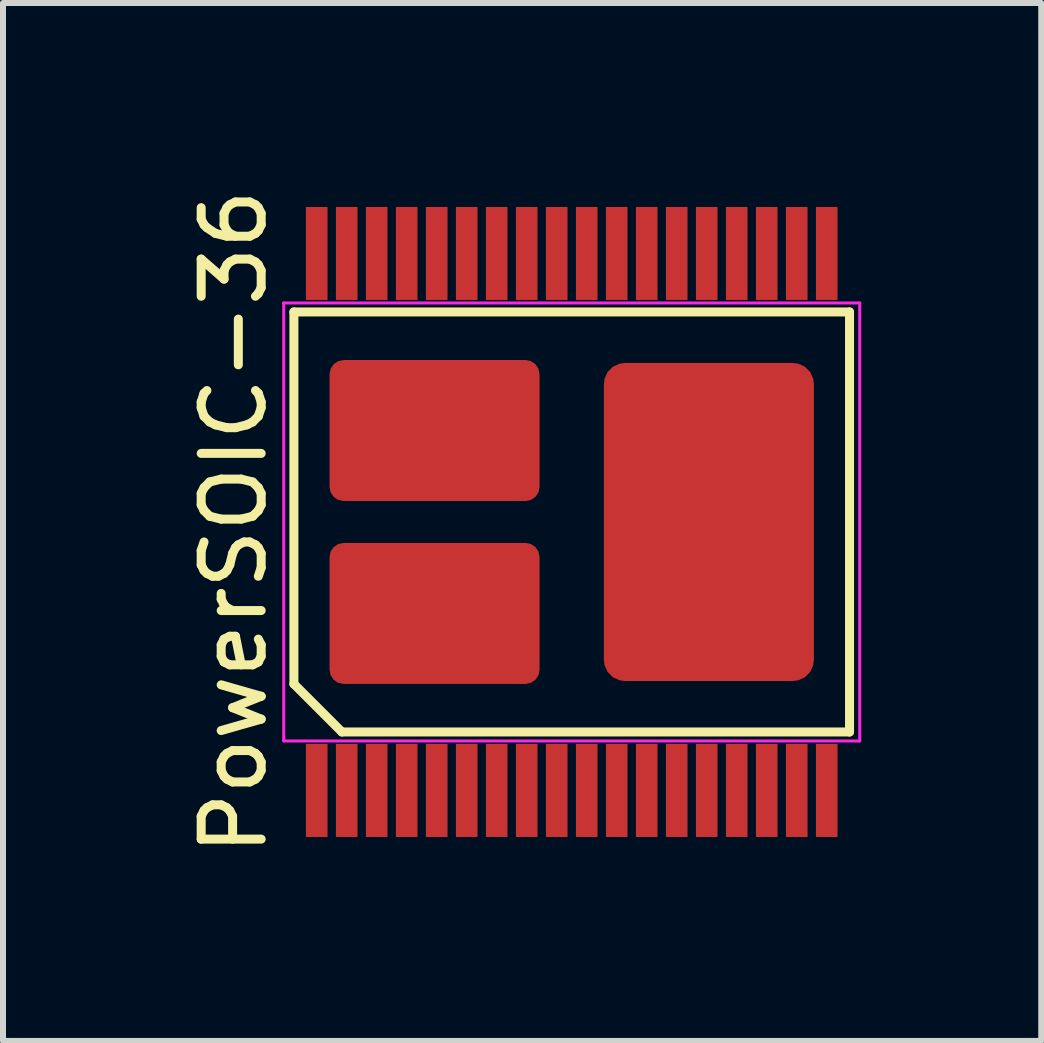
<source format=kicad_pcb>
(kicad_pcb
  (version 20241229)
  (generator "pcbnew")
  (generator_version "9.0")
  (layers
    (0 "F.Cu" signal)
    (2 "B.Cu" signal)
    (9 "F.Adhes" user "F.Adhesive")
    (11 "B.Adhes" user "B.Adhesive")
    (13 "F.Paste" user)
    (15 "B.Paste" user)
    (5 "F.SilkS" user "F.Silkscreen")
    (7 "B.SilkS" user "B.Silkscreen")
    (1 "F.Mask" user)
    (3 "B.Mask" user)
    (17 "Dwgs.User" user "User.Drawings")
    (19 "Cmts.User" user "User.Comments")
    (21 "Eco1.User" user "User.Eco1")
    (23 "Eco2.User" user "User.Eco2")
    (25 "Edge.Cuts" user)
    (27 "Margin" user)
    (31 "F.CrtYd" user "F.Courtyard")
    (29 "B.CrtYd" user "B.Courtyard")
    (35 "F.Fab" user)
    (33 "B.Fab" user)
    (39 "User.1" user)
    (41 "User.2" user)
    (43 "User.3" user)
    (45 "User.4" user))
  (footprint "PowerSOIC-36"
    (layer "F.Cu")
    (at 6.478 5.649)
    (property "Reference" "PowerSOIC-36" (at -5.63 0 90) (layer "F.SilkS") (effects (font (size 1 1) (thickness 0.15))))
    (attr smd)
    (fp_line (start -4.63 -3.5) (end 4.63 -3.5) (stroke (width 0.15) (type solid)) (layer "F.SilkS"))
    (fp_line (start -4.63 2.7) (end -4.63 -3.5) (stroke (width 0.15) (type solid)) (layer "F.SilkS"))
    (fp_line (start -3.83 3.5) (end -4.63 2.7) (stroke (width 0.15) (type solid)) (layer "F.SilkS"))
    (fp_line (start 4.63 -3.5) (end 4.63 3.5) (stroke (width 0.15) (type solid)) (layer "F.SilkS"))
    (fp_line (start 4.63 3.5) (end -3.83 3.5) (stroke (width 0.15) (type solid)) (layer "F.SilkS"))
    (fp_line (start -4.8 -3.65) (end 4.8 -3.65) (stroke (width 0.05) (type solid)) (layer "F.CrtYd"))
    (fp_line (start -4.8 3.65) (end -4.8 -3.65) (stroke (width 0.05) (type solid)) (layer "F.CrtYd"))
    (fp_line (start 4.8 -3.65) (end 4.8 3.65) (stroke (width 0.05) (type solid)) (layer "F.CrtYd"))
    (fp_line (start 4.8 3.65) (end -4.8 3.65) (stroke (width 0.05) (type solid)) (layer "F.CrtYd"))
    (pad "1" smd rect (at -4.25 4.475) (size 0.36 1.55) (layers "F.Cu" "F.Mask" "F.Paste"))
    (pad "2" smd rect (at -3.75 4.475) (size 0.36 1.55) (layers "F.Cu" "F.Mask" "F.Paste"))
    (pad "3" smd rect (at -3.25 4.475) (size 0.36 1.55) (layers "F.Cu" "F.Mask" "F.Paste"))
    (pad "4" smd rect (at -2.75 4.475) (size 0.36 1.55) (layers "F.Cu" "F.Mask" "F.Paste"))
    (pad "5" smd rect (at -2.25 4.475) (size 0.36 1.55) (layers "F.Cu" "F.Mask" "F.Paste"))
    (pad "6" smd rect (at -1.75 4.475) (size 0.36 1.55) (layers "F.Cu" "F.Mask" "F.Paste"))
    (pad "7" smd rect (at -1.25 4.475) (size 0.36 1.55) (layers "F.Cu" "F.Mask" "F.Paste"))
    (pad "8" smd rect (at -0.75 4.475) (size 0.36 1.55) (layers "F.Cu" "F.Mask" "F.Paste"))
    (pad "9" smd rect (at -0.25 4.475) (size 0.36 1.55) (layers "F.Cu" "F.Mask" "F.Paste"))
    (pad "10" smd rect (at 0.25 4.475) (size 0.36 1.55) (layers "F.Cu" "F.Mask" "F.Paste"))
    (pad "11" smd rect (at 0.75 4.475) (size 0.36 1.55) (layers "F.Cu" "F.Mask" "F.Paste"))
    (pad "12" smd rect (at 1.25 4.475) (size 0.36 1.55) (layers "F.Cu" "F.Mask" "F.Paste"))
    (pad "13" smd rect (at 1.75 4.475) (size 0.36 1.55) (layers "F.Cu" "F.Mask" "F.Paste"))
    (pad "14" smd rect (at 2.25 4.475) (size 0.36 1.55) (layers "F.Cu" "F.Mask" "F.Paste"))
    (pad "15" smd rect (at 2.75 4.475) (size 0.36 1.55) (layers "F.Cu" "F.Mask" "F.Paste"))
    (pad "16" smd rect (at 3.25 4.475) (size 0.36 1.55) (layers "F.Cu" "F.Mask" "F.Paste"))
    (pad "17" smd rect (at 3.75 4.475) (size 0.36 1.55) (layers "F.Cu" "F.Mask" "F.Paste"))
    (pad "18" smd rect (at 4.25 4.475) (size 0.36 1.55) (layers "F.Cu" "F.Mask" "F.Paste"))
    (pad "19" smd rect (at 4.25 -4.475) (size 0.36 1.55) (layers "F.Cu" "F.Mask" "F.Paste"))
    (pad "20" smd rect (at 3.75 -4.475) (size 0.36 1.55) (layers "F.Cu" "F.Mask" "F.Paste"))
    (pad "21" smd rect (at 3.25 -4.475) (size 0.36 1.55) (layers "F.Cu" "F.Mask" "F.Paste"))
    (pad "22" smd rect (at 2.75 -4.475) (size 0.36 1.55) (layers "F.Cu" "F.Mask" "F.Paste"))
    (pad "23" smd rect (at 2.25 -4.475) (size 0.36 1.55) (layers "F.Cu" "F.Mask" "F.Paste"))
    (pad "24" smd rect (at 1.75 -4.475) (size 0.36 1.55) (layers "F.Cu" "F.Mask" "F.Paste"))
    (pad "25" smd rect (at 1.25 -4.475) (size 0.36 1.55) (layers "F.Cu" "F.Mask" "F.Paste"))
    (pad "26" smd rect (at 0.75 -4.475) (size 0.36 1.55) (layers "F.Cu" "F.Mask" "F.Paste"))
    (pad "27" smd rect (at 0.25 -4.475) (size 0.36 1.55) (layers "F.Cu" "F.Mask" "F.Paste"))
    (pad "28" smd rect (at -0.25 -4.475) (size 0.36 1.55) (layers "F.Cu" "F.Mask" "F.Paste"))
    (pad "29" smd rect (at -0.75 -4.475) (size 0.36 1.55) (layers "F.Cu" "F.Mask" "F.Paste"))
    (pad "30" smd rect (at -1.25 -4.475) (size 0.36 1.55) (layers "F.Cu" "F.Mask" "F.Paste"))
    (pad "31" smd rect (at -1.75 -4.475) (size 0.36 1.55) (layers "F.Cu" "F.Mask" "F.Paste"))
    (pad "32" smd rect (at -2.25 -4.475) (size 0.36 1.55) (layers "F.Cu" "F.Mask" "F.Paste"))
    (pad "33" smd rect (at -2.75 -4.475) (size 0.36 1.55) (layers "F.Cu" "F.Mask" "F.Paste"))
    (pad "34" smd rect (at -3.25 -4.475) (size 0.36 1.55) (layers "F.Cu" "F.Mask" "F.Paste"))
    (pad "35" smd rect (at -3.75 -4.475) (size 0.36 1.55) (layers "F.Cu" "F.Mask" "F.Paste"))
    (pad "36" smd rect (at -4.25 -4.475) (size 0.36 1.55) (layers "F.Cu" "F.Mask" "F.Paste"))
    (pad "37" smd roundrect (at 2.286 0) (size 3.5 5.3) (layers "F.Cu" "F.Mask" "F.Paste") (roundrect_rratio 0.1))
    (pad "38" smd roundrect (at -2.286 1.524) (size 3.5 2.35) (layers "F.Cu" "F.Mask" "F.Paste") (roundrect_rratio 0.1))
    (pad "39" smd roundrect (at -2.286 -1.524) (size 3.5 2.35) (layers "F.Cu" "F.Mask" "F.Paste") (roundrect_rratio 0.1)))
  (gr_rect
    (start -3 -3)
    (end 14.303 14.298)
    (stroke (width 0.1) (type default))
    (fill no)
    (layer "Edge.Cuts")))
</source>
